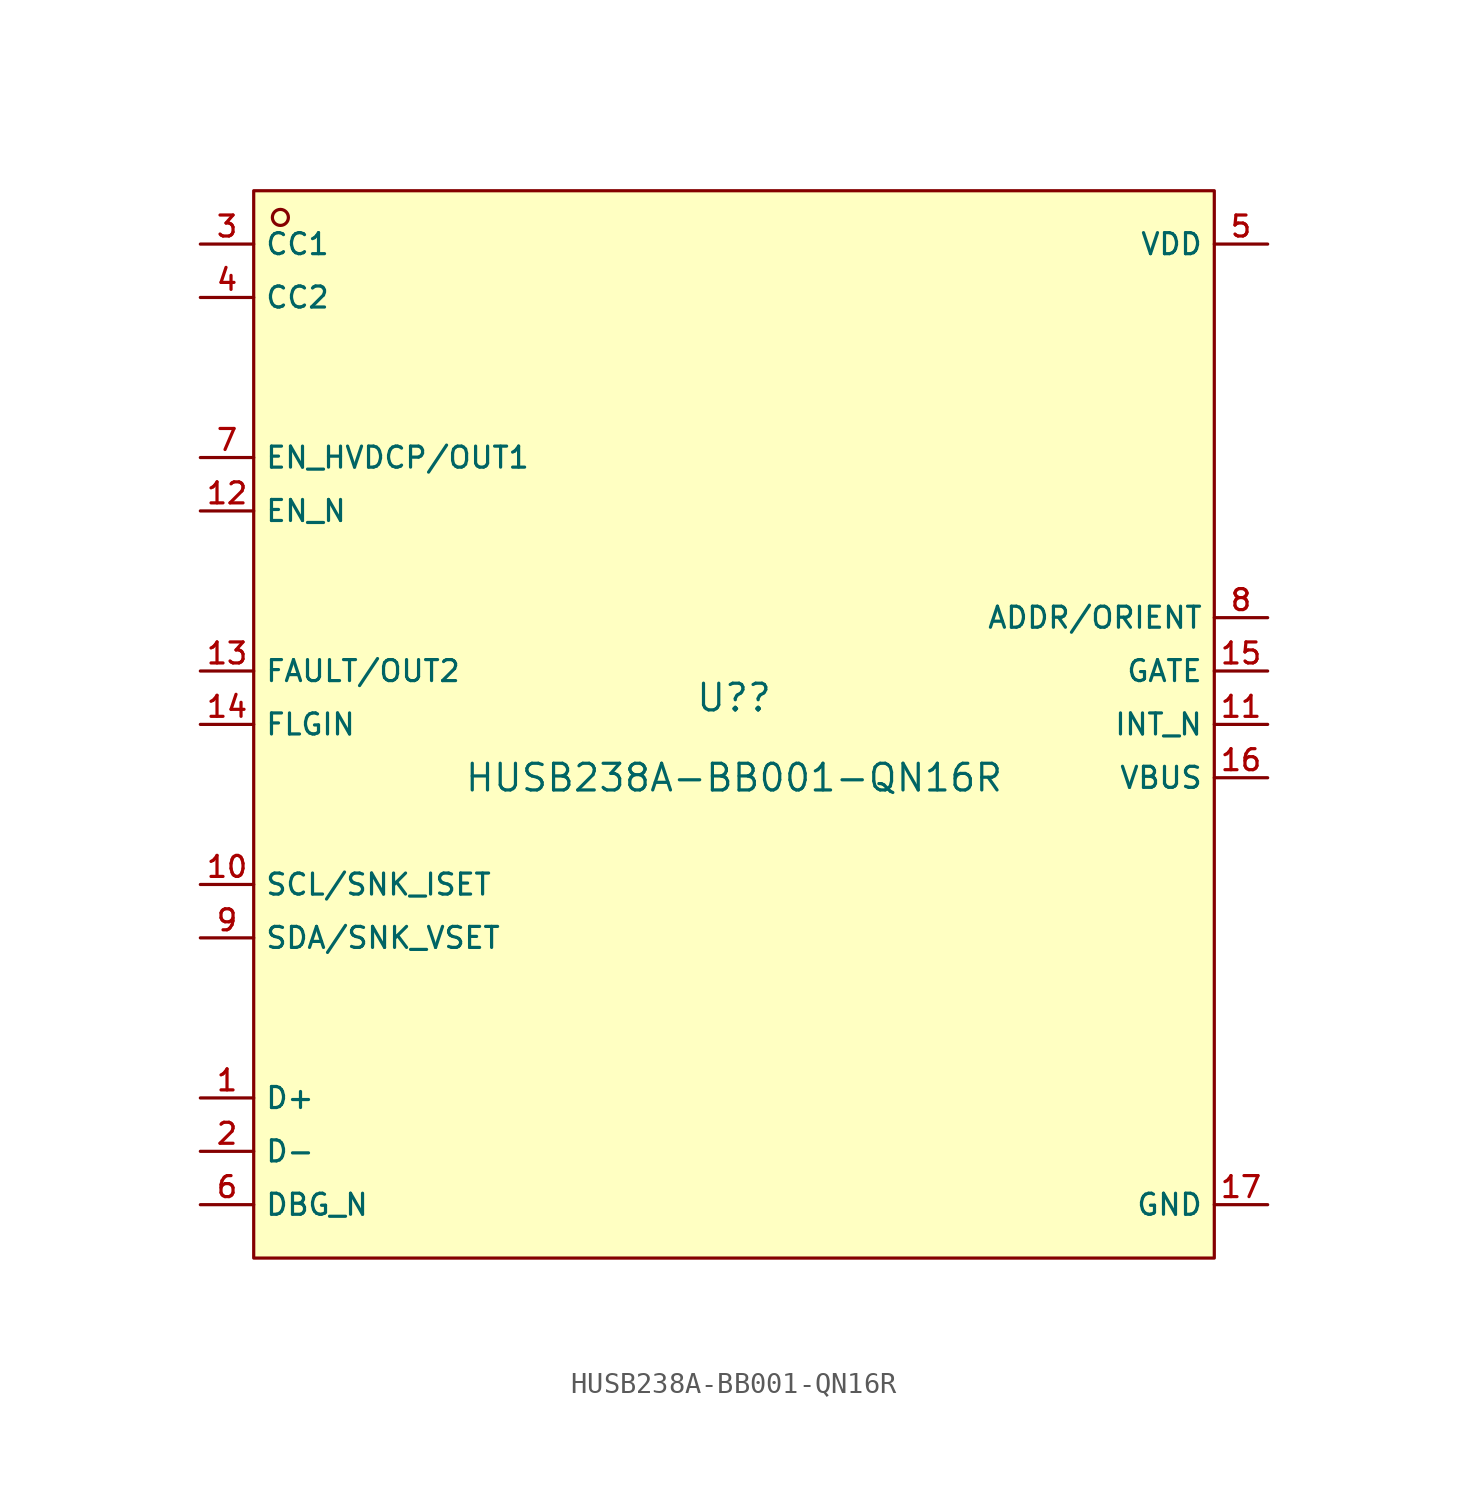
<source format=kicad_sym>
(kicad_symbol_lib
  (version 20241209)
  (generator "kicad_symbol_editor")
  (generator_version "9.0")
  (symbol "HUSB238A-BB001-QN16R"
    (property "Reference" "U?"
      (at 0 1.27 0)
      (effects (font (size 1.27 1.27))))
    (property "Value" "HUSB238A-BB001-QN16R"
      (at 0 -2.54 0)
      (effects (font (size 1.27 1.27))))
    (symbol "HUSB238A-BB001-QN16R_0_1"
      (rectangle (start -22.86 25.4) (end 22.86 -25.4) (stroke (width 0) (type default)) (fill (type background)))
      (circle (center -21.59 24.13) (radius 0.381) (stroke (width 0) (type default)) (fill (type background)))
      (pin unspecified line (at -25.4 22.86 0) (length 2.54) (name "CC1" (effects (font (size 1 1)))) (number "3" (effects (font (size 1 1)))))
      (pin unspecified line (at -25.4 20.32 0) (length 2.54) (name "CC2" (effects (font (size 1 1)))) (number "4" (effects (font (size 1 1)))))
      (pin unspecified line (at -25.4 12.7 0) (length 2.54) (name "EN_HVDCP/OUT1" (effects (font (size 1 1)))) (number "7" (effects (font (size 1 1)))))
      (pin unspecified line (at -25.4 10.16 0) (length 2.54) (name "EN_N" (effects (font (size 1 1)))) (number "12" (effects (font (size 1 1)))))
      (pin unspecified line (at -25.4 2.54 0) (length 2.54) (name "FAULT/OUT2" (effects (font (size 1 1)))) (number "13" (effects (font (size 1 1)))))
      (pin unspecified line (at -25.4 0 0) (length 2.54) (name "FLGIN" (effects (font (size 1 1)))) (number "14" (effects (font (size 1 1)))))
      (pin unspecified line (at -25.4 -7.62 0) (length 2.54) (name "SCL/SNK_ISET" (effects (font (size 1 1)))) (number "10" (effects (font (size 1 1)))))
      (pin unspecified line (at -25.4 -10.16 0) (length 2.54) (name "SDA/SNK_VSET" (effects (font (size 1 1)))) (number "9" (effects (font (size 1 1)))))
      (pin unspecified line (at -25.4 -17.78 0) (length 2.54) (name "D+" (effects (font (size 1 1)))) (number "1" (effects (font (size 1 1)))))
      (pin unspecified line (at -25.4 -20.32 0) (length 2.54) (name "D-" (effects (font (size 1 1)))) (number "2" (effects (font (size 1 1)))))
      (pin unspecified line (at -25.4 -22.86 0) (length 2.54) (name "DBG_N" (effects (font (size 1 1)))) (number "6" (effects (font (size 1 1)))))
      (pin unspecified line (at 25.4 22.86 180) (length 2.54) (name "VDD" (effects (font (size 1 1)))) (number "5" (effects (font (size 1 1)))))
      (pin unspecified line (at 25.4 5.08 180) (length 2.54) (name "ADDR/ORIENT" (effects (font (size 1 1)))) (number "8" (effects (font (size 1 1)))))
      (pin unspecified line (at 25.4 2.54 180) (length 2.54) (name "GATE" (effects (font (size 1 1)))) (number "15" (effects (font (size 1 1)))))
      (pin unspecified line (at 25.4 0 180) (length 2.54) (name "INT_N" (effects (font (size 1 1)))) (number "11" (effects (font (size 1 1)))))
      (pin unspecified line (at 25.4 -2.54 180) (length 2.54) (name "VBUS" (effects (font (size 1 1)))) (number "16" (effects (font (size 1 1)))))
      (pin unspecified line (at 25.4 -22.86 180) (length 2.54) (name "GND" (effects (font (size 1 1)))) (number "17" (effects (font (size 1 1))))))))
</source>
